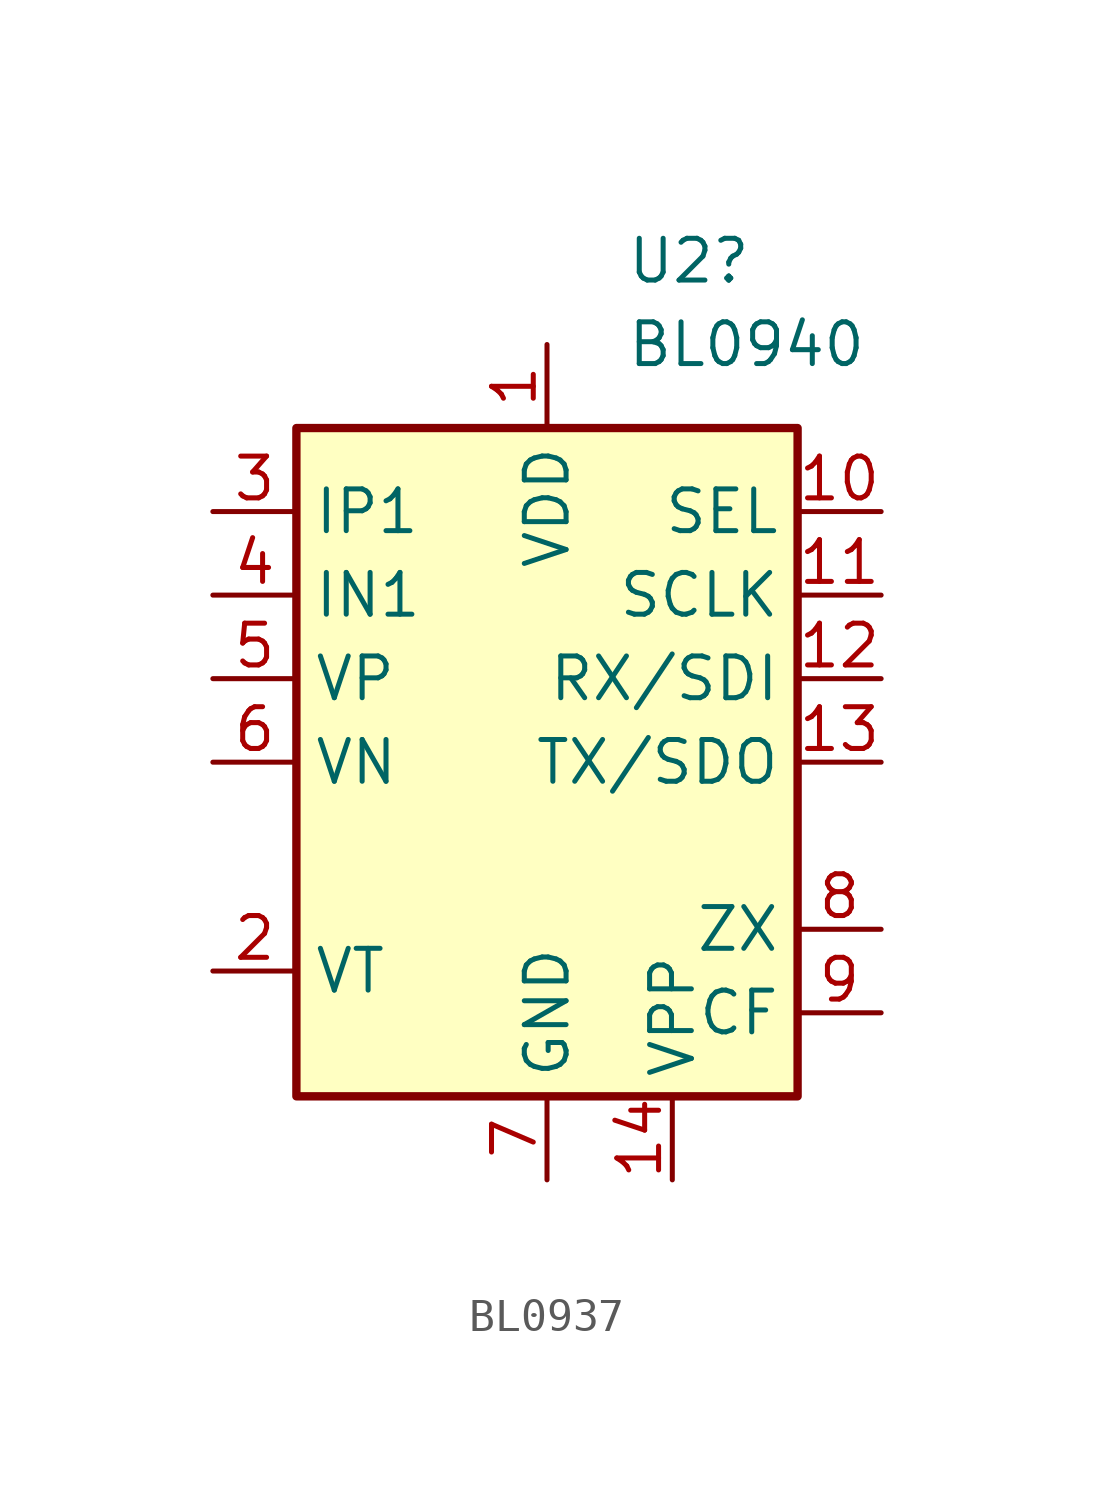
<source format=kicad_sym>
(kicad_symbol_lib
  (version 20231120)
  (generator "kicad_symbol_editor")
  (generator_version "8.0")
  (symbol "BL0937"
    (property "Reference" "U2"
      (at 2.403 10.16 0)
      (effects (font (size 1.27 1.27)) (justify left)))
    (property "Value" "BL0940"
      (at 2.403 7.62 0)
      (effects (font (size 1.27 1.27)) (justify left)))
    (symbol "BL0937_0_1"
      (rectangle (start -7.62 5.08) (end 7.62 -15.24) (stroke (width 0.254) (type default)) (fill (type background))))
    (symbol "BL0937_1_1"
      (pin power_in line (at 0 7.62 270) (length 2.54) (name "VDD" (effects (font (size 1.27 1.27)))) (number "1" (effects (font (size 1.27 1.27)))))
      (pin output line (at 10.16 2.54 180) (length 2.54) (name "SEL" (effects (font (size 1.27 1.27)))) (number "10" (effects (font (size 1.27 1.27)))))
      (pin input line (at 10.16 0 180) (length 2.54) (name "SCLK" (effects (font (size 1.27 1.27)))) (number "11" (effects (font (size 1.27 1.27)))))
      (pin output line (at 10.16 -2.54 180) (length 2.54) (name "RX/SDI" (effects (font (size 1.27 1.27)))) (number "12" (effects (font (size 1.27 1.27)))))
      (pin output line (at 10.16 -5.08 180) (length 2.54) (name "TX/SDO" (effects (font (size 1.27 1.27)))) (number "13" (effects (font (size 1.27 1.27)))))
      (pin output line (at 3.81 -17.78 90) (length 2.54) (name "VPP" (effects (font (size 1.27 1.27)))) (number "14" (effects (font (size 1.27 1.27)))))
      (pin input line (at -10.16 -11.43 0) (length 2.54) (name "VT" (effects (font (size 1.27 1.27)))) (number "2" (effects (font (size 1.27 1.27)))))
      (pin input line (at -10.16 2.54 0) (length 2.54) (name "IP1" (effects (font (size 1.27 1.27)))) (number "3" (effects (font (size 1.27 1.27)))))
      (pin input line (at -10.16 0 0) (length 2.54) (name "IN1" (effects (font (size 1.27 1.27)))) (number "4" (effects (font (size 1.27 1.27)))))
      (pin input line (at -10.16 -2.54 0) (length 2.54) (name "VP" (effects (font (size 1.27 1.27)))) (number "5" (effects (font (size 1.27 1.27)))))
      (pin input line (at -10.16 -5.08 0) (length 2.54) (name "VN" (effects (font (size 1.27 1.27)))) (number "6" (effects (font (size 1.27 1.27)))))
      (pin power_in line (at 0 -17.78 90) (length 2.54) (name "GND" (effects (font (size 1.27 1.27)))) (number "7" (effects (font (size 1.27 1.27)))))
      (pin output line (at 10.16 -10.16 180) (length 2.54) (name "ZX" (effects (font (size 1.27 1.27)))) (number "8" (effects (font (size 1.27 1.27)))))
      (pin output line (at 10.16 -12.7 180) (length 2.54) (name "CF" (effects (font (size 1.27 1.27)))) (number "9" (effects (font (size 1.27 1.27))))))))
</source>
